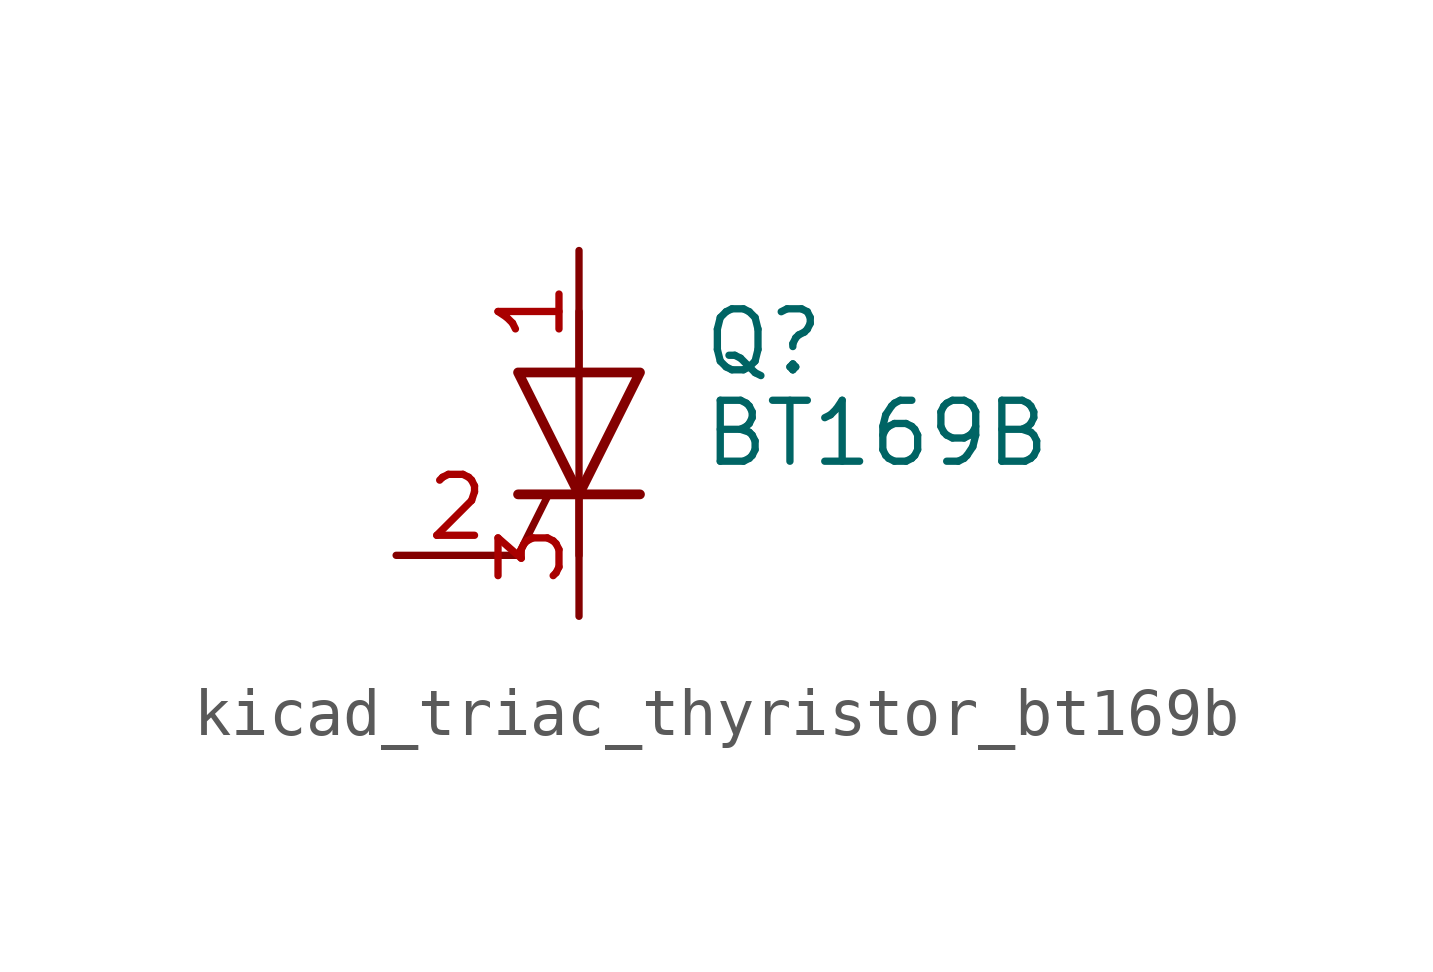
<source format=kicad_sym>
(kicad_symbol_lib
  (version 20220914)
  (generator kicad_symbol_editor)
  (symbol "kicad_triac_thyristor_bt169b"
    (pin_names
      (offset 0) hide)
    (property "Reference" "Q"
      (at 2.54 1.905 0)
      (effects (font (size 1.27 1.27)) (justify left)))
    (property "Value" "BT169B"
      (at 2.54 0 0)
      (effects (font (size 1.27 1.27)) (justify left)))
    (symbol "kicad_triac_thyristor_bt169b_0_1"
      (polyline (pts (xy -1.27 -2.54) (xy -0.635 -1.27)) (stroke (width 0) (type default)) (fill (type none)))
      (polyline (pts (xy -1.27 -1.27) (xy 1.27 -1.27)) (stroke (width 0.203) (type default)) (fill (type none)))
      (polyline (pts (xy 0 -2.54) (xy 0 2.54)) (stroke (width 0) (type default)) (fill (type none)))
      (polyline (pts (xy -1.27 1.27) (xy 1.27 1.27) (xy 0 -1.27) (xy -1.27 1.27)) (stroke (width 0.203) (type default)) (fill (type none))))
    (symbol "kicad_triac_thyristor_bt169b_1_1"
      (pin passive line (at 0 3.81 270) (length 2.54) (name "A" (effects (font (size 1.27 1.27)))) (number "1" (effects (font (size 1.27 1.27)))))
      (pin input line (at -3.81 -2.54 0) (length 2.54) (name "G" (effects (font (size 1.27 1.27)))) (number "2" (effects (font (size 1.27 1.27)))))
      (pin passive line (at 0 -3.81 90) (length 2.54) (name "K" (effects (font (size 1.27 1.27)))) (number "3" (effects (font (size 1.27 1.27))))))))
</source>
